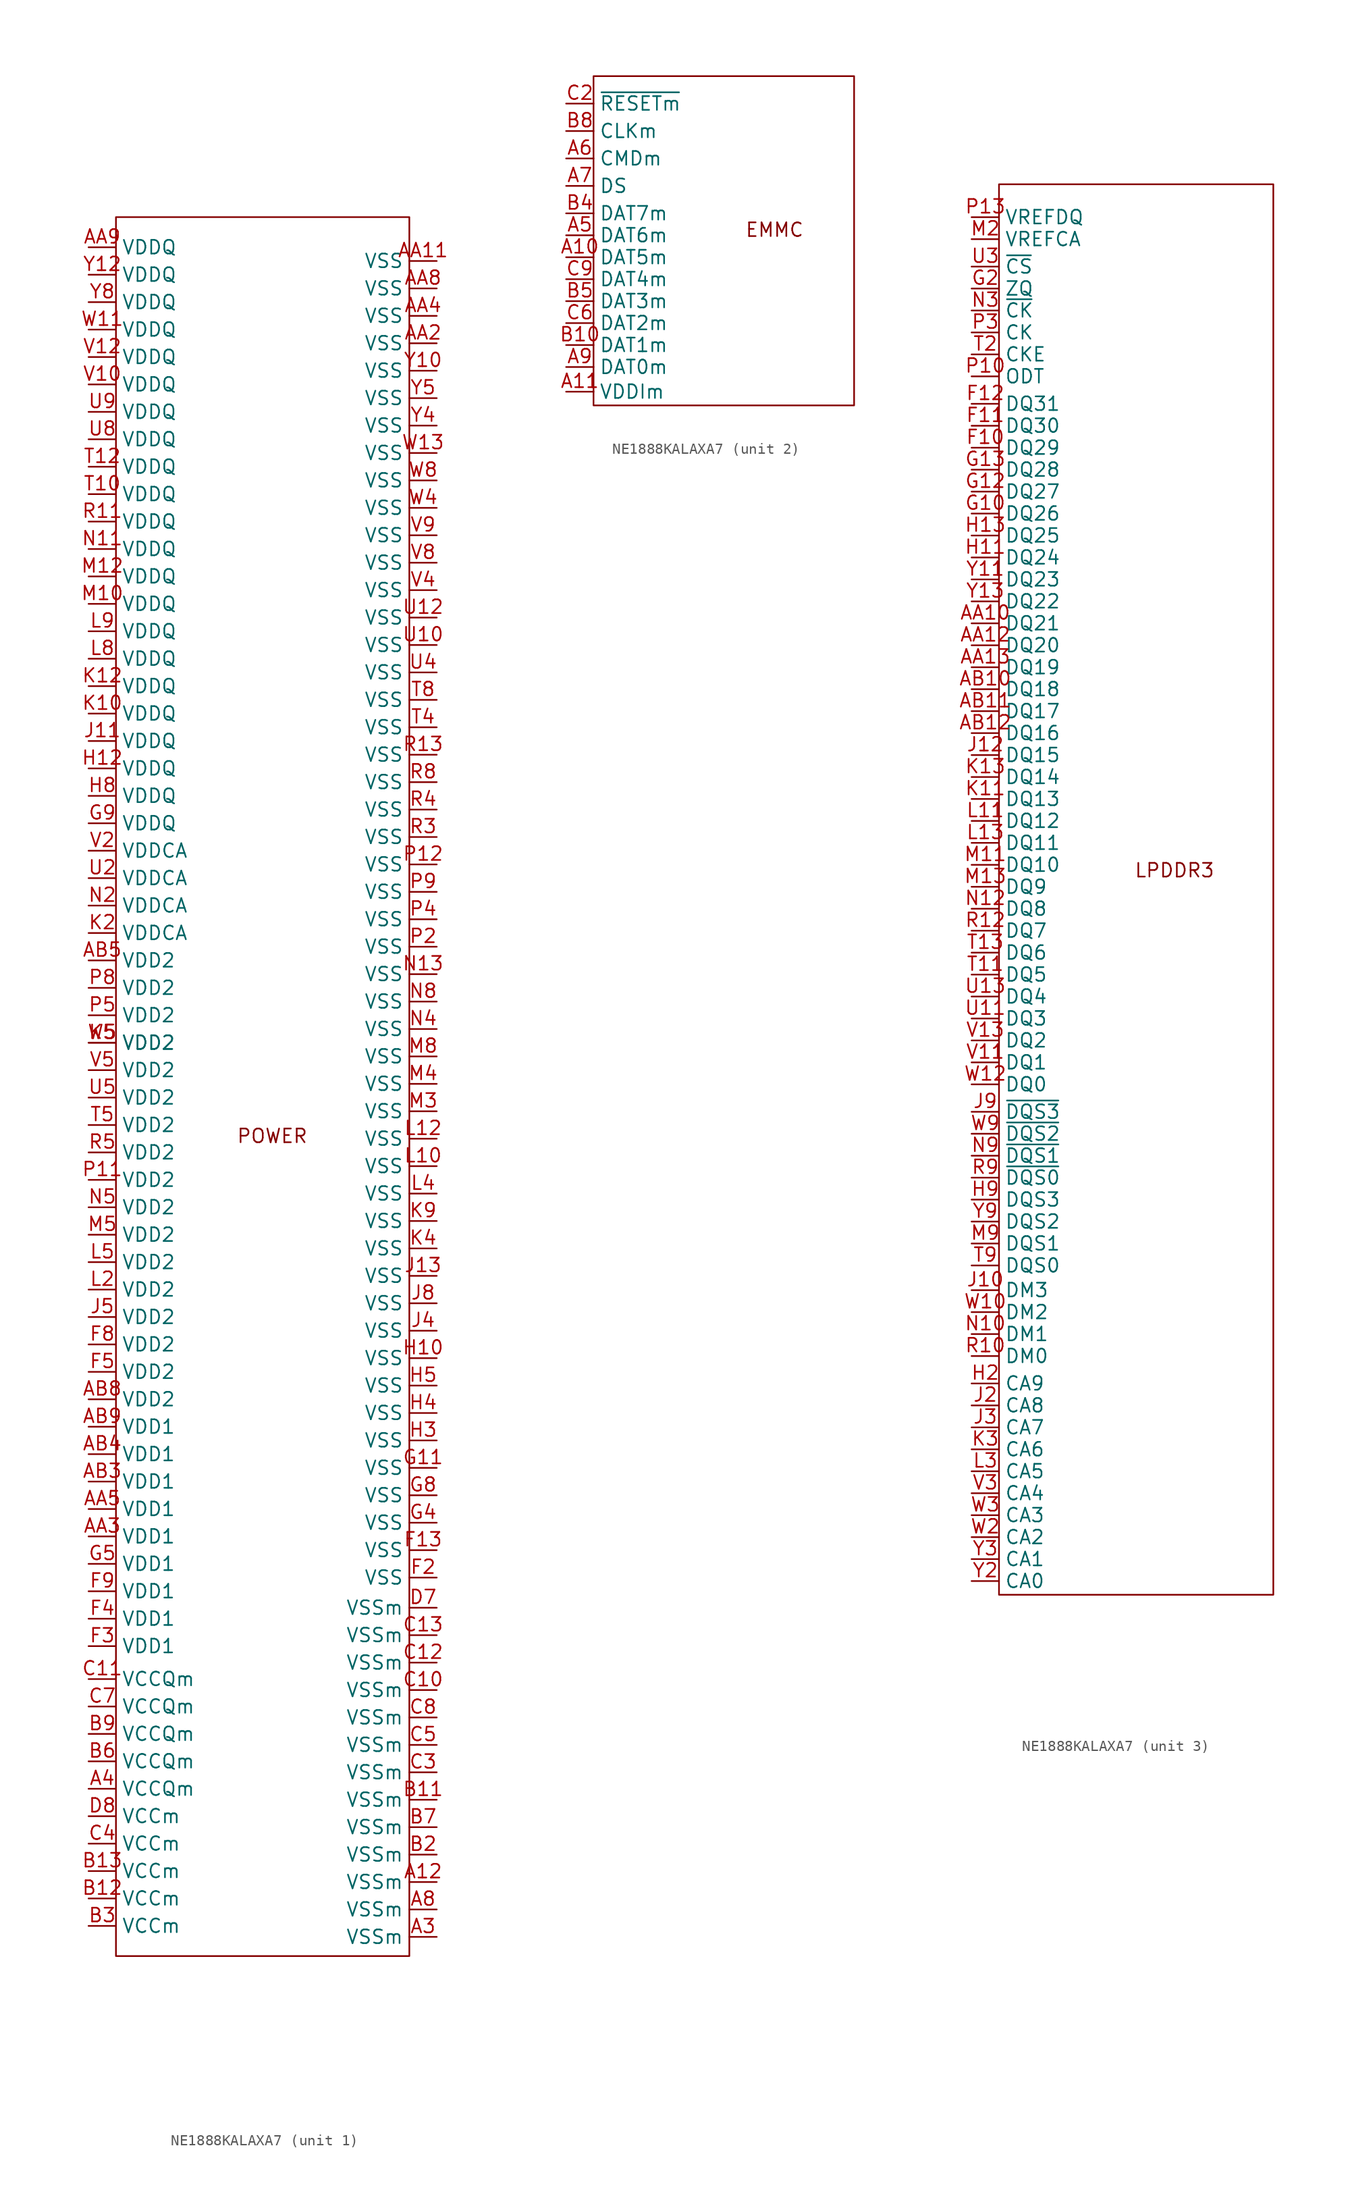
<source format=kicad_sym>
(kicad_symbol_lib
  (version 20241209)
  (generator "kicad_symbol_editor")
  (generator_version "9.0")
  (symbol "NE1888KALAXA7"
    (property "Reference" "U"
      (at 0.254 -4.572 0)
      (effects (font (size 1.27 1.27)) (hide yes)))
    (property "Value" ""
      (at 0 0 0)
      (effects (font (size 1.27 1.27))))
    (property "ki_locked" ""
      (at 0 0 0)
      (effects (font (size 1.27 1.27))))
    (symbol "NE1888KALAXA7_1_0"
      (pin power_in line (at -17.018 82.55 0) (length 2.54) (name "VDDQ" (effects (font (size 1.27 1.27)))) (number "AA9" (effects (font (size 1.27 1.27)))))
      (pin power_in line (at -17.018 80.01 0) (length 2.54) (name "VDDQ" (effects (font (size 1.27 1.27)))) (number "Y12" (effects (font (size 1.27 1.27)))))
      (pin power_in line (at -17.018 77.47 0) (length 2.54) (name "VDDQ" (effects (font (size 1.27 1.27)))) (number "Y8" (effects (font (size 1.27 1.27)))))
      (pin power_in line (at -17.018 74.93 0) (length 2.54) (name "VDDQ" (effects (font (size 1.27 1.27)))) (number "W11" (effects (font (size 1.27 1.27)))))
      (pin power_in line (at -17.018 72.39 0) (length 2.54) (name "VDDQ" (effects (font (size 1.27 1.27)))) (number "V12" (effects (font (size 1.27 1.27)))))
      (pin power_in line (at -17.018 69.85 0) (length 2.54) (name "VDDQ" (effects (font (size 1.27 1.27)))) (number "V10" (effects (font (size 1.27 1.27)))))
      (pin power_in line (at -17.018 67.31 0) (length 2.54) (name "VDDQ" (effects (font (size 1.27 1.27)))) (number "U9" (effects (font (size 1.27 1.27)))))
      (pin power_in line (at -17.018 64.77 0) (length 2.54) (name "VDDQ" (effects (font (size 1.27 1.27)))) (number "U8" (effects (font (size 1.27 1.27)))))
      (pin power_in line (at -17.018 62.23 0) (length 2.54) (name "VDDQ" (effects (font (size 1.27 1.27)))) (number "T12" (effects (font (size 1.27 1.27)))))
      (pin power_in line (at -17.018 59.69 0) (length 2.54) (name "VDDQ" (effects (font (size 1.27 1.27)))) (number "T10" (effects (font (size 1.27 1.27)))))
      (pin power_in line (at -17.018 57.15 0) (length 2.54) (name "VDDQ" (effects (font (size 1.27 1.27)))) (number "R11" (effects (font (size 1.27 1.27)))))
      (pin power_in line (at -17.018 54.61 0) (length 2.54) (name "VDDQ" (effects (font (size 1.27 1.27)))) (number "N11" (effects (font (size 1.27 1.27)))))
      (pin power_in line (at -17.018 52.07 0) (length 2.54) (name "VDDQ" (effects (font (size 1.27 1.27)))) (number "M12" (effects (font (size 1.27 1.27)))))
      (pin power_in line (at -17.018 49.53 0) (length 2.54) (name "VDDQ" (effects (font (size 1.27 1.27)))) (number "M10" (effects (font (size 1.27 1.27)))))
      (pin power_in line (at -17.018 46.99 0) (length 2.54) (name "VDDQ" (effects (font (size 1.27 1.27)))) (number "L9" (effects (font (size 1.27 1.27)))))
      (pin power_in line (at -17.018 44.45 0) (length 2.54) (name "VDDQ" (effects (font (size 1.27 1.27)))) (number "L8" (effects (font (size 1.27 1.27)))))
      (pin power_in line (at -17.018 41.91 0) (length 2.54) (name "VDDQ" (effects (font (size 1.27 1.27)))) (number "K12" (effects (font (size 1.27 1.27)))))
      (pin power_in line (at -17.018 39.37 0) (length 2.54) (name "VDDQ" (effects (font (size 1.27 1.27)))) (number "K10" (effects (font (size 1.27 1.27)))))
      (pin power_in line (at -17.018 36.83 0) (length 2.54) (name "VDDQ" (effects (font (size 1.27 1.27)))) (number "J11" (effects (font (size 1.27 1.27)))))
      (pin power_in line (at -17.018 34.29 0) (length 2.54) (name "VDDQ" (effects (font (size 1.27 1.27)))) (number "H12" (effects (font (size 1.27 1.27)))))
      (pin power_in line (at -17.018 31.75 0) (length 2.54) (name "VDDQ" (effects (font (size 1.27 1.27)))) (number "H8" (effects (font (size 1.27 1.27)))))
      (pin power_in line (at -17.018 29.21 0) (length 2.54) (name "VDDQ" (effects (font (size 1.27 1.27)))) (number "G9" (effects (font (size 1.27 1.27)))))
      (pin power_in line (at -17.018 26.67 0) (length 2.54) (name "VDDCA" (effects (font (size 1.27 1.27)))) (number "V2" (effects (font (size 1.27 1.27)))))
      (pin power_in line (at -17.018 24.13 0) (length 2.54) (name "VDDCA" (effects (font (size 1.27 1.27)))) (number "U2" (effects (font (size 1.27 1.27)))))
      (pin power_in line (at -17.018 21.59 0) (length 2.54) (name "VDDCA" (effects (font (size 1.27 1.27)))) (number "N2" (effects (font (size 1.27 1.27)))))
      (pin power_in line (at -17.018 19.05 0) (length 2.54) (name "VDDCA" (effects (font (size 1.27 1.27)))) (number "K2" (effects (font (size 1.27 1.27)))))
      (pin power_in line (at -17.018 16.51 0) (length 2.54) (name "VDD2" (effects (font (size 1.27 1.27)))) (number "AB5" (effects (font (size 1.27 1.27)))))
      (pin power_in line (at -17.018 13.97 0) (length 2.54) (name "VDD2" (effects (font (size 1.27 1.27)))) (number "P8" (effects (font (size 1.27 1.27)))))
      (pin power_in line (at -17.018 11.43 0) (length 2.54) (name "VDD2" (effects (font (size 1.27 1.27)))) (number "P5" (effects (font (size 1.27 1.27)))))
      (pin power_in line (at -17.018 8.89 0) (length 2.54) (name "VDD2" (effects (font (size 1.27 1.27)))) (number "K5" (effects (font (size 1.27 1.27)))))
      (pin power_in line (at -17.018 8.89 0) (length 2.54) (name "VDD2" (effects (font (size 1.27 1.27)))) (number "W5" (effects (font (size 1.27 1.27)))))
      (pin power_in line (at -17.018 6.35 0) (length 2.54) (name "VDD2" (effects (font (size 1.27 1.27)))) (number "V5" (effects (font (size 1.27 1.27)))))
      (pin power_in line (at -17.018 3.81 0) (length 2.54) (name "VDD2" (effects (font (size 1.27 1.27)))) (number "U5" (effects (font (size 1.27 1.27)))))
      (pin power_in line (at -17.018 1.27 0) (length 2.54) (name "VDD2" (effects (font (size 1.27 1.27)))) (number "T5" (effects (font (size 1.27 1.27)))))
      (pin power_in line (at -17.018 -1.27 0) (length 2.54) (name "VDD2" (effects (font (size 1.27 1.27)))) (number "R5" (effects (font (size 1.27 1.27)))))
      (pin power_in line (at -17.018 -3.81 0) (length 2.54) (name "VDD2" (effects (font (size 1.27 1.27)))) (number "P11" (effects (font (size 1.27 1.27)))))
      (pin power_in line (at -17.018 -6.35 0) (length 2.54) (name "VDD2" (effects (font (size 1.27 1.27)))) (number "N5" (effects (font (size 1.27 1.27)))))
      (pin power_in line (at -17.018 -8.89 0) (length 2.54) (name "VDD2" (effects (font (size 1.27 1.27)))) (number "M5" (effects (font (size 1.27 1.27)))))
      (pin power_in line (at -17.018 -11.43 0) (length 2.54) (name "VDD2" (effects (font (size 1.27 1.27)))) (number "L5" (effects (font (size 1.27 1.27)))))
      (pin power_in line (at -17.018 -13.97 0) (length 2.54) (name "VDD2" (effects (font (size 1.27 1.27)))) (number "L2" (effects (font (size 1.27 1.27)))))
      (pin power_in line (at -17.018 -16.51 0) (length 2.54) (name "VDD2" (effects (font (size 1.27 1.27)))) (number "J5" (effects (font (size 1.27 1.27)))))
      (pin power_in line (at -17.018 -19.05 0) (length 2.54) (name "VDD2" (effects (font (size 1.27 1.27)))) (number "F8" (effects (font (size 1.27 1.27)))))
      (pin power_in line (at -17.018 -21.59 0) (length 2.54) (name "VDD2" (effects (font (size 1.27 1.27)))) (number "F5" (effects (font (size 1.27 1.27)))))
      (pin power_in line (at -17.018 -24.13 0) (length 2.54) (name "VDD2" (effects (font (size 1.27 1.27)))) (number "AB8" (effects (font (size 1.27 1.27)))))
      (pin power_in line (at -17.018 -26.67 0) (length 2.54) (name "VDD1" (effects (font (size 1.27 1.27)))) (number "AB9" (effects (font (size 1.27 1.27)))))
      (pin power_in line (at -17.018 -29.21 0) (length 2.54) (name "VDD1" (effects (font (size 1.27 1.27)))) (number "AB4" (effects (font (size 1.27 1.27)))))
      (pin power_in line (at -17.018 -31.75 0) (length 2.54) (name "VDD1" (effects (font (size 1.27 1.27)))) (number "AB3" (effects (font (size 1.27 1.27)))))
      (pin power_in line (at -17.018 -34.29 0) (length 2.54) (name "VDD1" (effects (font (size 1.27 1.27)))) (number "AA5" (effects (font (size 1.27 1.27)))))
      (pin power_in line (at -17.018 -36.83 0) (length 2.54) (name "VDD1" (effects (font (size 1.27 1.27)))) (number "AA3" (effects (font (size 1.27 1.27)))))
      (pin power_in line (at -17.018 -39.37 0) (length 2.54) (name "VDD1" (effects (font (size 1.27 1.27)))) (number "G5" (effects (font (size 1.27 1.27)))))
      (pin power_in line (at -17.018 -41.91 0) (length 2.54) (name "VDD1" (effects (font (size 1.27 1.27)))) (number "F9" (effects (font (size 1.27 1.27)))))
      (pin power_in line (at -17.018 -44.45 0) (length 2.54) (name "VDD1" (effects (font (size 1.27 1.27)))) (number "F4" (effects (font (size 1.27 1.27)))))
      (pin power_in line (at -17.018 -46.99 0) (length 2.54) (name "VDD1" (effects (font (size 1.27 1.27)))) (number "F3" (effects (font (size 1.27 1.27)))))
      (pin power_in line (at -17.018 -50.038 0) (length 2.54) (name "VCCQm" (effects (font (size 1.27 1.27)))) (number "C11" (effects (font (size 1.27 1.27)))))
      (pin power_in line (at -17.018 -52.578 0) (length 2.54) (name "VCCQm" (effects (font (size 1.27 1.27)))) (number "C7" (effects (font (size 1.27 1.27)))))
      (pin power_in line (at -17.018 -55.118 0) (length 2.54) (name "VCCQm" (effects (font (size 1.27 1.27)))) (number "B9" (effects (font (size 1.27 1.27)))))
      (pin power_in line (at -17.018 -57.658 0) (length 2.54) (name "VCCQm" (effects (font (size 1.27 1.27)))) (number "B6" (effects (font (size 1.27 1.27)))))
      (pin power_in line (at -17.018 -60.198 0) (length 2.54) (name "VCCQm" (effects (font (size 1.27 1.27)))) (number "A4" (effects (font (size 1.27 1.27)))))
      (pin power_in line (at -17.018 -62.738 0) (length 2.54) (name "VCCm" (effects (font (size 1.27 1.27)))) (number "D8" (effects (font (size 1.27 1.27)))))
      (pin power_in line (at -17.018 -65.278 0) (length 2.54) (name "VCCm" (effects (font (size 1.27 1.27)))) (number "C4" (effects (font (size 1.27 1.27)))))
      (pin power_in line (at -17.018 -67.818 0) (length 2.54) (name "VCCm" (effects (font (size 1.27 1.27)))) (number "B13" (effects (font (size 1.27 1.27)))))
      (pin power_in line (at -17.018 -70.358 0) (length 2.54) (name "VCCm" (effects (font (size 1.27 1.27)))) (number "B12" (effects (font (size 1.27 1.27)))))
      (pin power_in line (at -17.018 -72.898 0) (length 2.54) (name "VCCm" (effects (font (size 1.27 1.27)))) (number "B3" (effects (font (size 1.27 1.27)))))
      (pin power_in line (at 15.24 81.28 180) (length 2.54) (name "VSS" (effects (font (size 1.27 1.27)))) (number "AA11" (effects (font (size 1.27 1.27)))))
      (pin power_in line (at 15.24 78.74 180) (length 2.54) (name "VSS" (effects (font (size 1.27 1.27)))) (number "AA8" (effects (font (size 1.27 1.27)))))
      (pin power_in line (at 15.24 76.2 180) (length 2.54) (name "VSS" (effects (font (size 1.27 1.27)))) (number "AA4" (effects (font (size 1.27 1.27)))))
      (pin power_in line (at 15.24 73.66 180) (length 2.54) (name "VSS" (effects (font (size 1.27 1.27)))) (number "AA2" (effects (font (size 1.27 1.27)))))
      (pin power_in line (at 15.24 71.12 180) (length 2.54) (name "VSS" (effects (font (size 1.27 1.27)))) (number "Y10" (effects (font (size 1.27 1.27)))))
      (pin power_in line (at 15.24 68.58 180) (length 2.54) (name "VSS" (effects (font (size 1.27 1.27)))) (number "Y5" (effects (font (size 1.27 1.27)))))
      (pin power_in line (at 15.24 66.04 180) (length 2.54) (name "VSS" (effects (font (size 1.27 1.27)))) (number "Y4" (effects (font (size 1.27 1.27)))))
      (pin power_in line (at 15.24 63.5 180) (length 2.54) (name "VSS" (effects (font (size 1.27 1.27)))) (number "W13" (effects (font (size 1.27 1.27)))))
      (pin power_in line (at 15.24 60.96 180) (length 2.54) (name "VSS" (effects (font (size 1.27 1.27)))) (number "W8" (effects (font (size 1.27 1.27)))))
      (pin power_in line (at 15.24 58.42 180) (length 2.54) (name "VSS" (effects (font (size 1.27 1.27)))) (number "W4" (effects (font (size 1.27 1.27)))))
      (pin power_in line (at 15.24 55.88 180) (length 2.54) (name "VSS" (effects (font (size 1.27 1.27)))) (number "V9" (effects (font (size 1.27 1.27)))))
      (pin power_in line (at 15.24 53.34 180) (length 2.54) (name "VSS" (effects (font (size 1.27 1.27)))) (number "V8" (effects (font (size 1.27 1.27)))))
      (pin power_in line (at 15.24 50.8 180) (length 2.54) (name "VSS" (effects (font (size 1.27 1.27)))) (number "V4" (effects (font (size 1.27 1.27)))))
      (pin power_in line (at 15.24 48.26 180) (length 2.54) (name "VSS" (effects (font (size 1.27 1.27)))) (number "U12" (effects (font (size 1.27 1.27)))))
      (pin power_in line (at 15.24 45.72 180) (length 2.54) (name "VSS" (effects (font (size 1.27 1.27)))) (number "U10" (effects (font (size 1.27 1.27)))))
      (pin power_in line (at 15.24 43.18 180) (length 2.54) (name "VSS" (effects (font (size 1.27 1.27)))) (number "U4" (effects (font (size 1.27 1.27)))))
      (pin power_in line (at 15.24 40.64 180) (length 2.54) (name "VSS" (effects (font (size 1.27 1.27)))) (number "T8" (effects (font (size 1.27 1.27)))))
      (pin power_in line (at 15.24 38.1 180) (length 2.54) (name "VSS" (effects (font (size 1.27 1.27)))) (number "T4" (effects (font (size 1.27 1.27)))))
      (pin power_in line (at 15.24 35.56 180) (length 2.54) (name "VSS" (effects (font (size 1.27 1.27)))) (number "R13" (effects (font (size 1.27 1.27)))))
      (pin power_in line (at 15.24 33.02 180) (length 2.54) (name "VSS" (effects (font (size 1.27 1.27)))) (number "R8" (effects (font (size 1.27 1.27)))))
      (pin power_in line (at 15.24 30.48 180) (length 2.54) (name "VSS" (effects (font (size 1.27 1.27)))) (number "R4" (effects (font (size 1.27 1.27)))))
      (pin power_in line (at 15.24 27.94 180) (length 2.54) (name "VSS" (effects (font (size 1.27 1.27)))) (number "R3" (effects (font (size 1.27 1.27)))))
      (pin power_in line (at 15.24 25.4 180) (length 2.54) (name "VSS" (effects (font (size 1.27 1.27)))) (number "P12" (effects (font (size 1.27 1.27)))))
      (pin power_in line (at 15.24 22.86 180) (length 2.54) (name "VSS" (effects (font (size 1.27 1.27)))) (number "P9" (effects (font (size 1.27 1.27)))))
      (pin power_in line (at 15.24 20.32 180) (length 2.54) (name "VSS" (effects (font (size 1.27 1.27)))) (number "P4" (effects (font (size 1.27 1.27)))))
      (pin power_in line (at 15.24 17.78 180) (length 2.54) (name "VSS" (effects (font (size 1.27 1.27)))) (number "P2" (effects (font (size 1.27 1.27)))))
      (pin power_in line (at 15.24 15.24 180) (length 2.54) (name "VSS" (effects (font (size 1.27 1.27)))) (number "N13" (effects (font (size 1.27 1.27)))))
      (pin power_in line (at 15.24 12.7 180) (length 2.54) (name "VSS" (effects (font (size 1.27 1.27)))) (number "N8" (effects (font (size 1.27 1.27)))))
      (pin power_in line (at 15.24 10.16 180) (length 2.54) (name "VSS" (effects (font (size 1.27 1.27)))) (number "N4" (effects (font (size 1.27 1.27)))))
      (pin power_in line (at 15.24 7.62 180) (length 2.54) (name "VSS" (effects (font (size 1.27 1.27)))) (number "M8" (effects (font (size 1.27 1.27)))))
      (pin power_in line (at 15.24 5.08 180) (length 2.54) (name "VSS" (effects (font (size 1.27 1.27)))) (number "M4" (effects (font (size 1.27 1.27)))))
      (pin power_in line (at 15.24 2.54 180) (length 2.54) (name "VSS" (effects (font (size 1.27 1.27)))) (number "M3" (effects (font (size 1.27 1.27)))))
      (pin power_in line (at 15.24 0 180) (length 2.54) (name "VSS" (effects (font (size 1.27 1.27)))) (number "L12" (effects (font (size 1.27 1.27)))))
      (pin power_in line (at 15.24 -2.54 180) (length 2.54) (name "VSS" (effects (font (size 1.27 1.27)))) (number "L10" (effects (font (size 1.27 1.27)))))
      (pin power_in line (at 15.24 -5.08 180) (length 2.54) (name "VSS" (effects (font (size 1.27 1.27)))) (number "L4" (effects (font (size 1.27 1.27)))))
      (pin power_in line (at 15.24 -7.62 180) (length 2.54) (name "VSS" (effects (font (size 1.27 1.27)))) (number "K9" (effects (font (size 1.27 1.27)))))
      (pin power_in line (at 15.24 -10.16 180) (length 2.54) (name "VSS" (effects (font (size 1.27 1.27)))) (number "K4" (effects (font (size 1.27 1.27)))))
      (pin power_in line (at 15.24 -12.7 180) (length 2.54) (name "VSS" (effects (font (size 1.27 1.27)))) (number "J13" (effects (font (size 1.27 1.27)))))
      (pin power_in line (at 15.24 -15.24 180) (length 2.54) (name "VSS" (effects (font (size 1.27 1.27)))) (number "J8" (effects (font (size 1.27 1.27)))))
      (pin power_in line (at 15.24 -17.78 180) (length 2.54) (name "VSS" (effects (font (size 1.27 1.27)))) (number "J4" (effects (font (size 1.27 1.27)))))
      (pin power_in line (at 15.24 -20.32 180) (length 2.54) (name "VSS" (effects (font (size 1.27 1.27)))) (number "H10" (effects (font (size 1.27 1.27)))))
      (pin power_in line (at 15.24 -22.86 180) (length 2.54) (name "VSS" (effects (font (size 1.27 1.27)))) (number "H5" (effects (font (size 1.27 1.27)))))
      (pin power_in line (at 15.24 -25.4 180) (length 2.54) (name "VSS" (effects (font (size 1.27 1.27)))) (number "H4" (effects (font (size 1.27 1.27)))))
      (pin power_in line (at 15.24 -27.94 180) (length 2.54) (name "VSS" (effects (font (size 1.27 1.27)))) (number "H3" (effects (font (size 1.27 1.27)))))
      (pin power_in line (at 15.24 -30.48 180) (length 2.54) (name "VSS" (effects (font (size 1.27 1.27)))) (number "G11" (effects (font (size 1.27 1.27)))))
      (pin power_in line (at 15.24 -33.02 180) (length 2.54) (name "VSS" (effects (font (size 1.27 1.27)))) (number "G8" (effects (font (size 1.27 1.27)))))
      (pin power_in line (at 15.24 -35.56 180) (length 2.54) (name "VSS" (effects (font (size 1.27 1.27)))) (number "G4" (effects (font (size 1.27 1.27)))))
      (pin power_in line (at 15.24 -38.1 180) (length 2.54) (name "VSS" (effects (font (size 1.27 1.27)))) (number "F13" (effects (font (size 1.27 1.27)))))
      (pin power_in line (at 15.24 -40.64 180) (length 2.54) (name "VSS" (effects (font (size 1.27 1.27)))) (number "F2" (effects (font (size 1.27 1.27)))))
      (pin power_in line (at 15.24 -43.434 180) (length 2.54) (name "VSSm" (effects (font (size 1.27 1.27)))) (number "D7" (effects (font (size 1.27 1.27)))))
      (pin power_in line (at 15.24 -45.974 180) (length 2.54) (name "VSSm" (effects (font (size 1.27 1.27)))) (number "C13" (effects (font (size 1.27 1.27)))))
      (pin power_in line (at 15.24 -48.514 180) (length 2.54) (name "VSSm" (effects (font (size 1.27 1.27)))) (number "C12" (effects (font (size 1.27 1.27)))))
      (pin power_in line (at 15.24 -51.054 180) (length 2.54) (name "VSSm" (effects (font (size 1.27 1.27)))) (number "C10" (effects (font (size 1.27 1.27)))))
      (pin power_in line (at 15.24 -53.594 180) (length 2.54) (name "VSSm" (effects (font (size 1.27 1.27)))) (number "C8" (effects (font (size 1.27 1.27)))))
      (pin power_in line (at 15.24 -56.134 180) (length 2.54) (name "VSSm" (effects (font (size 1.27 1.27)))) (number "C5" (effects (font (size 1.27 1.27)))))
      (pin power_in line (at 15.24 -58.674 180) (length 2.54) (name "VSSm" (effects (font (size 1.27 1.27)))) (number "C3" (effects (font (size 1.27 1.27)))))
      (pin power_in line (at 15.24 -61.214 180) (length 2.54) (name "VSSm" (effects (font (size 1.27 1.27)))) (number "B11" (effects (font (size 1.27 1.27)))))
      (pin power_in line (at 15.24 -63.754 180) (length 2.54) (name "VSSm" (effects (font (size 1.27 1.27)))) (number "B7" (effects (font (size 1.27 1.27)))))
      (pin power_in line (at 15.24 -66.294 180) (length 2.54) (name "VSSm" (effects (font (size 1.27 1.27)))) (number "B2" (effects (font (size 1.27 1.27)))))
      (pin power_in line (at 15.24 -68.834 180) (length 2.54) (name "VSSm" (effects (font (size 1.27 1.27)))) (number "A12" (effects (font (size 1.27 1.27)))))
      (pin power_in line (at 15.24 -71.374 180) (length 2.54) (name "VSSm" (effects (font (size 1.27 1.27)))) (number "A8" (effects (font (size 1.27 1.27)))))
      (pin power_in line (at 15.24 -73.914 180) (length 2.54) (name "VSSm" (effects (font (size 1.27 1.27)))) (number "A3" (effects (font (size 1.27 1.27))))))
    (symbol "NE1888KALAXA7_1_1"
      (rectangle (start -14.478 85.344) (end 12.7 -75.692) (stroke (width 0) (type default)) (fill (type none)))
      (text "POWER" (at 0 0.254 0) (effects (font (size 1.27 1.27)))))
    (symbol "NE1888KALAXA7_2_0"
      (pin input line (at 0 15.24 0) (length 2.54) (name "~{RESETm}" (effects (font (size 1.27 1.27)))) (number "C2" (effects (font (size 1.27 1.27)))))
      (pin input line (at 0 12.7 0) (length 2.54) (name "CLKm" (effects (font (size 1.27 1.27)))) (number "B8" (effects (font (size 1.27 1.27)))))
      (pin bidirectional line (at 0 10.16 0) (length 2.54) (name "CMDm" (effects (font (size 1.27 1.27)))) (number "A6" (effects (font (size 1.27 1.27)))))
      (pin output line (at 0 7.62 0) (length 2.54) (name "DS" (effects (font (size 1.27 1.27)))) (number "A7" (effects (font (size 1.27 1.27)))))
      (pin bidirectional line (at 0 5.08 0) (length 2.54) (name "DAT7m" (effects (font (size 1.27 1.27)))) (number "B4" (effects (font (size 1.27 1.27)))))
      (pin bidirectional line (at 0 3.048 0) (length 2.54) (name "DAT6m" (effects (font (size 1.27 1.27)))) (number "A5" (effects (font (size 1.27 1.27)))))
      (pin bidirectional line (at 0 1.016 0) (length 2.54) (name "DAT5m" (effects (font (size 1.27 1.27)))) (number "A10" (effects (font (size 1.27 1.27)))))
      (pin bidirectional line (at 0 -1.016 0) (length 2.54) (name "DAT4m" (effects (font (size 1.27 1.27)))) (number "C9" (effects (font (size 1.27 1.27)))))
      (pin bidirectional line (at 0 -3.048 0) (length 2.54) (name "DAT3m" (effects (font (size 1.27 1.27)))) (number "B5" (effects (font (size 1.27 1.27)))))
      (pin bidirectional line (at 0 -5.08 0) (length 2.54) (name "DAT2m" (effects (font (size 1.27 1.27)))) (number "C6" (effects (font (size 1.27 1.27)))))
      (pin bidirectional line (at 0 -7.112 0) (length 2.54) (name "DAT1m" (effects (font (size 1.27 1.27)))) (number "B10" (effects (font (size 1.27 1.27)))))
      (pin bidirectional line (at 0 -9.144 0) (length 2.54) (name "DAT0m" (effects (font (size 1.27 1.27)))) (number "A9" (effects (font (size 1.27 1.27)))))
      (pin power_in line (at 0 -11.43 0) (length 2.54) (name "VDDIm" (effects (font (size 1.27 1.27)))) (number "A11" (effects (font (size 1.27 1.27))))))
    (symbol "NE1888KALAXA7_2_1"
      (rectangle (start 2.54 17.78) (end 26.67 -12.7) (stroke (width 0) (type default)) (fill (type none)))
      (text "EMMC" (at 19.304 3.556 0) (effects (font (size 1.27 1.27)))))
    (symbol "NE1888KALAXA7_3_0"
      (pin power_in line (at 0 123.952 0) (length 2.54) (name "VREFDQ" (effects (font (size 1.27 1.27)))) (number "P13" (effects (font (size 1.27 1.27)))))
      (pin power_in line (at 0 121.92 0) (length 2.54) (name "VREFCA" (effects (font (size 1.27 1.27)))) (number "M2" (effects (font (size 1.27 1.27)))))
      (pin input line (at 0 119.38 0) (length 2.54) (name "~{CS}" (effects (font (size 1.27 1.27)))) (number "U3" (effects (font (size 1.27 1.27)))))
      (pin power_in line (at 0 117.348 0) (length 2.54) (name "ZQ" (effects (font (size 1.27 1.27)))) (number "G2" (effects (font (size 1.27 1.27)))))
      (pin input line (at 0 115.316 0) (length 2.54) (name "~{CK}" (effects (font (size 1.27 1.27)))) (number "N3" (effects (font (size 1.27 1.27)))))
      (pin input line (at 0 113.284 0) (length 2.54) (name "CK" (effects (font (size 1.27 1.27)))) (number "P3" (effects (font (size 1.27 1.27)))))
      (pin input line (at 0 111.252 0) (length 2.54) (name "CKE" (effects (font (size 1.27 1.27)))) (number "T2" (effects (font (size 1.27 1.27)))))
      (pin input line (at 0 109.22 0) (length 2.54) (name "ODT" (effects (font (size 1.27 1.27)))) (number "P10" (effects (font (size 1.27 1.27)))))
      (pin bidirectional line (at 0 106.68 0) (length 2.54) (name "DQ31" (effects (font (size 1.27 1.27)))) (number "F12" (effects (font (size 1.27 1.27)))))
      (pin bidirectional line (at 0 104.648 0) (length 2.54) (name "DQ30" (effects (font (size 1.27 1.27)))) (number "F11" (effects (font (size 1.27 1.27)))))
      (pin bidirectional line (at 0 102.616 0) (length 2.54) (name "DQ29" (effects (font (size 1.27 1.27)))) (number "F10" (effects (font (size 1.27 1.27)))))
      (pin bidirectional line (at 0 100.584 0) (length 2.54) (name "DQ28" (effects (font (size 1.27 1.27)))) (number "G13" (effects (font (size 1.27 1.27)))))
      (pin bidirectional line (at 0 98.552 0) (length 2.54) (name "DQ27" (effects (font (size 1.27 1.27)))) (number "G12" (effects (font (size 1.27 1.27)))))
      (pin bidirectional line (at 0 96.52 0) (length 2.54) (name "DQ26" (effects (font (size 1.27 1.27)))) (number "G10" (effects (font (size 1.27 1.27)))))
      (pin bidirectional line (at 0 94.488 0) (length 2.54) (name "DQ25" (effects (font (size 1.27 1.27)))) (number "H13" (effects (font (size 1.27 1.27)))))
      (pin bidirectional line (at 0 92.456 0) (length 2.54) (name "DQ24" (effects (font (size 1.27 1.27)))) (number "H11" (effects (font (size 1.27 1.27)))))
      (pin bidirectional line (at 0 90.424 0) (length 2.54) (name "DQ23" (effects (font (size 1.27 1.27)))) (number "Y11" (effects (font (size 1.27 1.27)))))
      (pin bidirectional line (at 0 88.392 0) (length 2.54) (name "DQ22" (effects (font (size 1.27 1.27)))) (number "Y13" (effects (font (size 1.27 1.27)))))
      (pin bidirectional line (at 0 86.36 0) (length 2.54) (name "DQ21" (effects (font (size 1.27 1.27)))) (number "AA10" (effects (font (size 1.27 1.27)))))
      (pin bidirectional line (at 0 84.328 0) (length 2.54) (name "DQ20" (effects (font (size 1.27 1.27)))) (number "AA12" (effects (font (size 1.27 1.27)))))
      (pin bidirectional line (at 0 82.296 0) (length 2.54) (name "DQ19" (effects (font (size 1.27 1.27)))) (number "AA13" (effects (font (size 1.27 1.27)))))
      (pin bidirectional line (at 0 80.264 0) (length 2.54) (name "DQ18" (effects (font (size 1.27 1.27)))) (number "AB10" (effects (font (size 1.27 1.27)))))
      (pin bidirectional line (at 0 78.232 0) (length 2.54) (name "DQ17" (effects (font (size 1.27 1.27)))) (number "AB11" (effects (font (size 1.27 1.27)))))
      (pin bidirectional line (at 0 76.2 0) (length 2.54) (name "DQ16" (effects (font (size 1.27 1.27)))) (number "AB12" (effects (font (size 1.27 1.27)))))
      (pin bidirectional line (at 0 74.168 0) (length 2.54) (name "DQ15" (effects (font (size 1.27 1.27)))) (number "J12" (effects (font (size 1.27 1.27)))))
      (pin bidirectional line (at 0 72.136 0) (length 2.54) (name "DQ14" (effects (font (size 1.27 1.27)))) (number "K13" (effects (font (size 1.27 1.27)))))
      (pin bidirectional line (at 0 70.104 0) (length 2.54) (name "DQ13" (effects (font (size 1.27 1.27)))) (number "K11" (effects (font (size 1.27 1.27)))))
      (pin bidirectional line (at 0 68.072 0) (length 2.54) (name "DQ12" (effects (font (size 1.27 1.27)))) (number "L11" (effects (font (size 1.27 1.27)))))
      (pin bidirectional line (at 0 66.04 0) (length 2.54) (name "DQ11" (effects (font (size 1.27 1.27)))) (number "L13" (effects (font (size 1.27 1.27)))))
      (pin bidirectional line (at 0 64.008 0) (length 2.54) (name "DQ10" (effects (font (size 1.27 1.27)))) (number "M11" (effects (font (size 1.27 1.27)))))
      (pin bidirectional line (at 0 61.976 0) (length 2.54) (name "DQ9" (effects (font (size 1.27 1.27)))) (number "M13" (effects (font (size 1.27 1.27)))))
      (pin bidirectional line (at 0 59.944 0) (length 2.54) (name "DQ8" (effects (font (size 1.27 1.27)))) (number "N12" (effects (font (size 1.27 1.27)))))
      (pin bidirectional line (at 0 57.912 0) (length 2.54) (name "DQ7" (effects (font (size 1.27 1.27)))) (number "R12" (effects (font (size 1.27 1.27)))))
      (pin bidirectional line (at 0 55.88 0) (length 2.54) (name "DQ6" (effects (font (size 1.27 1.27)))) (number "T13" (effects (font (size 1.27 1.27)))))
      (pin bidirectional line (at 0 53.848 0) (length 2.54) (name "DQ5" (effects (font (size 1.27 1.27)))) (number "T11" (effects (font (size 1.27 1.27)))))
      (pin bidirectional line (at 0 51.816 0) (length 2.54) (name "DQ4" (effects (font (size 1.27 1.27)))) (number "U13" (effects (font (size 1.27 1.27)))))
      (pin bidirectional line (at 0 49.784 0) (length 2.54) (name "DQ3" (effects (font (size 1.27 1.27)))) (number "U11" (effects (font (size 1.27 1.27)))))
      (pin bidirectional line (at 0 47.752 0) (length 2.54) (name "DQ2" (effects (font (size 1.27 1.27)))) (number "V13" (effects (font (size 1.27 1.27)))))
      (pin bidirectional line (at 0 45.72 0) (length 2.54) (name "DQ1" (effects (font (size 1.27 1.27)))) (number "V11" (effects (font (size 1.27 1.27)))))
      (pin bidirectional line (at 0 43.688 0) (length 2.54) (name "DQ0" (effects (font (size 1.27 1.27)))) (number "W12" (effects (font (size 1.27 1.27)))))
      (pin bidirectional line (at 0 41.148 0) (length 2.54) (name "~{DQS3}" (effects (font (size 1.27 1.27)))) (number "J9" (effects (font (size 1.27 1.27)))))
      (pin bidirectional line (at 0 39.116 0) (length 2.54) (name "~{DQS2}" (effects (font (size 1.27 1.27)))) (number "W9" (effects (font (size 1.27 1.27)))))
      (pin bidirectional line (at 0 37.084 0) (length 2.54) (name "~{DQS1}" (effects (font (size 1.27 1.27)))) (number "N9" (effects (font (size 1.27 1.27)))))
      (pin bidirectional line (at 0 35.052 0) (length 2.54) (name "~{DQS0}" (effects (font (size 1.27 1.27)))) (number "R9" (effects (font (size 1.27 1.27)))))
      (pin bidirectional line (at 0 33.02 0) (length 2.54) (name "DQS3" (effects (font (size 1.27 1.27)))) (number "H9" (effects (font (size 1.27 1.27)))))
      (pin bidirectional line (at 0 30.988 0) (length 2.54) (name "DQS2" (effects (font (size 1.27 1.27)))) (number "Y9" (effects (font (size 1.27 1.27)))))
      (pin bidirectional line (at 0 28.956 0) (length 2.54) (name "DQS1" (effects (font (size 1.27 1.27)))) (number "M9" (effects (font (size 1.27 1.27)))))
      (pin bidirectional line (at 0 26.924 0) (length 2.54) (name "DQS0" (effects (font (size 1.27 1.27)))) (number "T9" (effects (font (size 1.27 1.27)))))
      (pin input line (at 0 24.638 0) (length 2.54) (name "DM3" (effects (font (size 1.27 1.27)))) (number "J10" (effects (font (size 1.27 1.27)))))
      (pin input line (at 0 22.606 0) (length 2.54) (name "DM2" (effects (font (size 1.27 1.27)))) (number "W10" (effects (font (size 1.27 1.27)))))
      (pin input line (at 0 20.574 0) (length 2.54) (name "DM1" (effects (font (size 1.27 1.27)))) (number "N10" (effects (font (size 1.27 1.27)))))
      (pin input line (at 0 18.542 0) (length 2.54) (name "DM0" (effects (font (size 1.27 1.27)))) (number "R10" (effects (font (size 1.27 1.27)))))
      (pin input line (at 0 16.002 0) (length 2.54) (name "CA9" (effects (font (size 1.27 1.27)))) (number "H2" (effects (font (size 1.27 1.27)))))
      (pin input line (at 0 13.97 0) (length 2.54) (name "CA8" (effects (font (size 1.27 1.27)))) (number "J2" (effects (font (size 1.27 1.27)))))
      (pin input line (at 0 11.938 0) (length 2.54) (name "CA7" (effects (font (size 1.27 1.27)))) (number "J3" (effects (font (size 1.27 1.27)))))
      (pin input line (at 0 9.906 0) (length 2.54) (name "CA6" (effects (font (size 1.27 1.27)))) (number "K3" (effects (font (size 1.27 1.27)))))
      (pin input line (at 0 7.874 0) (length 2.54) (name "CA5" (effects (font (size 1.27 1.27)))) (number "L3" (effects (font (size 1.27 1.27)))))
      (pin input line (at 0 5.842 0) (length 2.54) (name "CA4" (effects (font (size 1.27 1.27)))) (number "V3" (effects (font (size 1.27 1.27)))))
      (pin input line (at 0 3.81 0) (length 2.54) (name "CA3" (effects (font (size 1.27 1.27)))) (number "W3" (effects (font (size 1.27 1.27)))))
      (pin input line (at 0 1.778 0) (length 2.54) (name "CA2" (effects (font (size 1.27 1.27)))) (number "W2" (effects (font (size 1.27 1.27)))))
      (pin input line (at 0 -0.254 0) (length 2.54) (name "CA1" (effects (font (size 1.27 1.27)))) (number "Y3" (effects (font (size 1.27 1.27)))))
      (pin input line (at 0 -2.286 0) (length 2.54) (name "CA0" (effects (font (size 1.27 1.27)))) (number "Y2" (effects (font (size 1.27 1.27))))))
    (symbol "NE1888KALAXA7_3_1"
      (rectangle (start 2.54 127) (end 27.94 -3.556) (stroke (width 0) (type default)) (fill (type none)))
      (text "LPDDR3" (at 18.796 63.5 0) (effects (font (size 1.27 1.27)))))))
</source>
